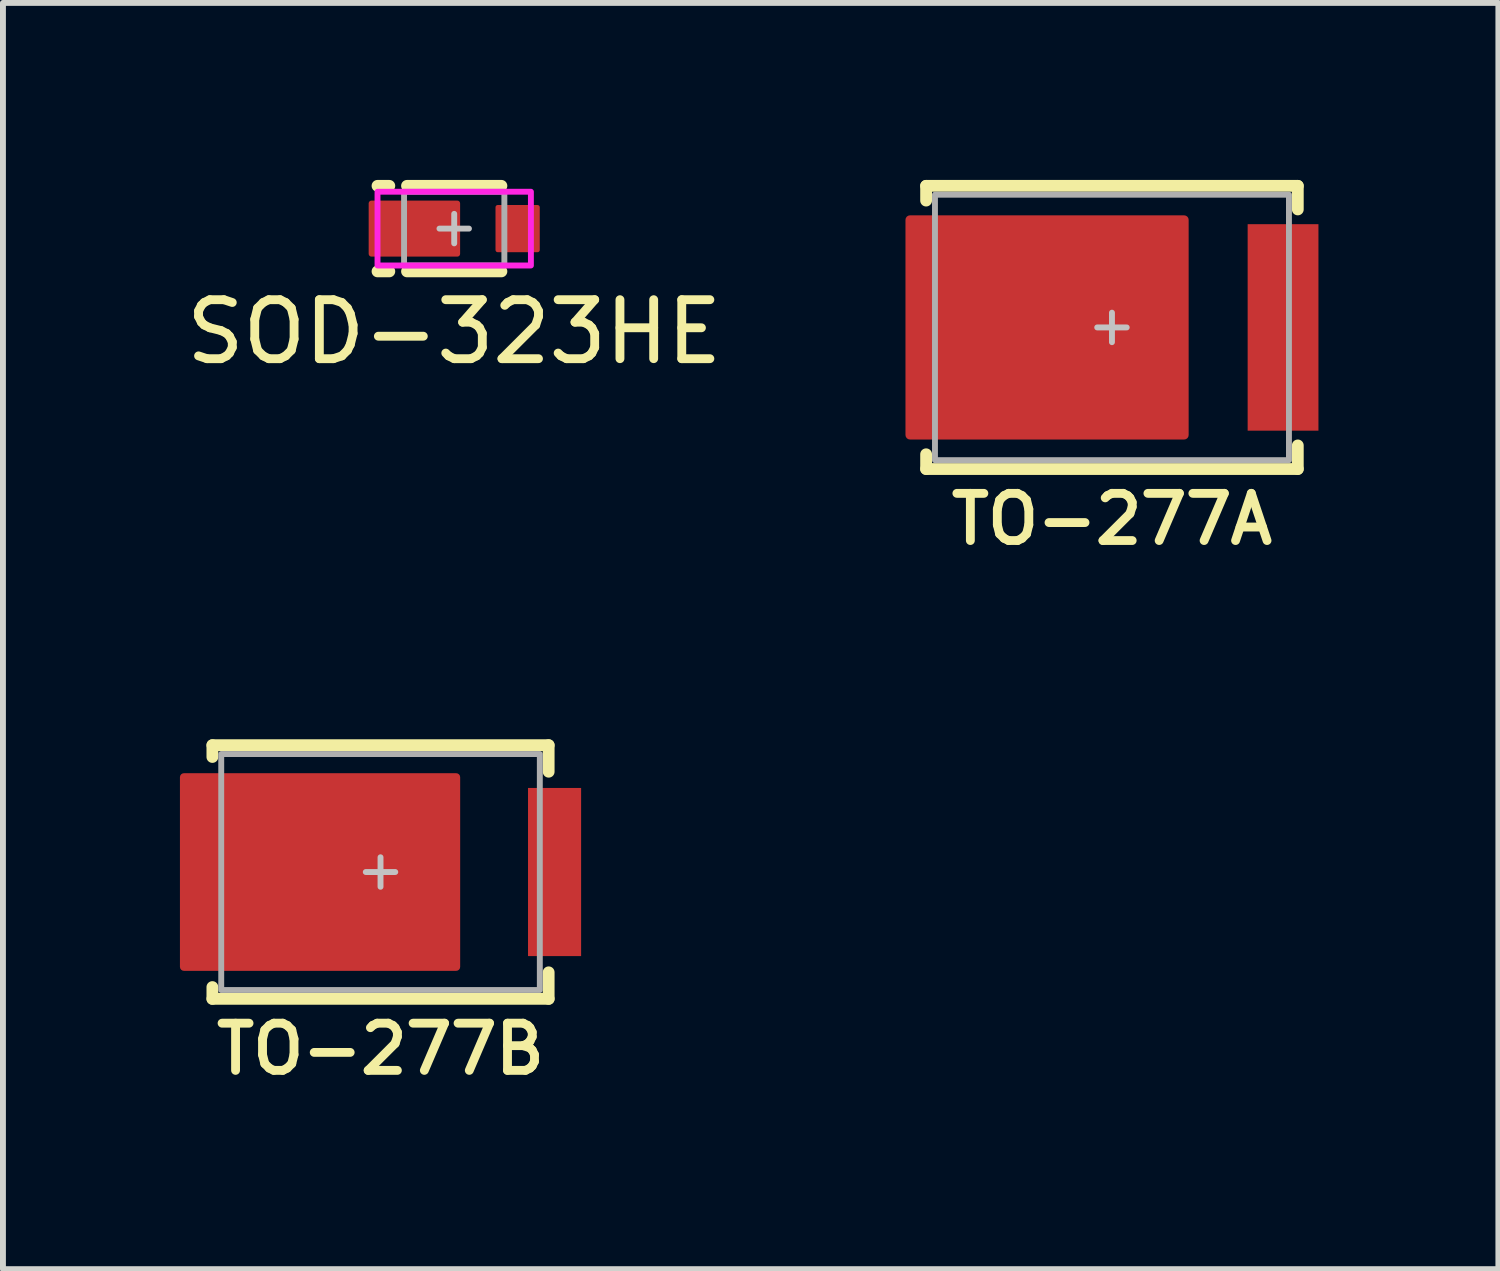
<source format=kicad_pcb>
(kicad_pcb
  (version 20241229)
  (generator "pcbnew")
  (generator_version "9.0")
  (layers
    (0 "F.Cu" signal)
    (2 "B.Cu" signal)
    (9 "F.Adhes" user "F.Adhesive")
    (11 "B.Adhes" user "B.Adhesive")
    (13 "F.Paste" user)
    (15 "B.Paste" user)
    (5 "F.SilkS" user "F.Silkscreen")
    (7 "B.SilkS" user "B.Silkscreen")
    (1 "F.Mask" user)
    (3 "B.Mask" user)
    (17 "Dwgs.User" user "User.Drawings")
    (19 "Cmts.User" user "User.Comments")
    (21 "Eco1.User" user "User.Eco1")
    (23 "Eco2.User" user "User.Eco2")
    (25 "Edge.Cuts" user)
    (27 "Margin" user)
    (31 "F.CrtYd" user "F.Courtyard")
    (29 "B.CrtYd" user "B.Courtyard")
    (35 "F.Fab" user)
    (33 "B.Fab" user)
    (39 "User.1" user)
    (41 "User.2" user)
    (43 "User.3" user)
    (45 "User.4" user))
  (footprint "TO-277A"
    (layer "F.Cu")
    (at 15.798 2.5)
    (property "Reference" "TO-277A" (at 0 3.25 0) (unlocked yes) (layer "F.SilkS") (effects (font (size 0.8 0.8) (thickness 0.15) (bold yes))))
    (attr smd)
    (fp_rect (start 2.3 1.75) (end 3.5 0.55) (stroke (width 0.1) (type solid)) (fill yes) (layer "F.Mask"))
    (fp_rect (start 3.5 -0.55) (end 2.3 -1.75) (stroke (width 0.1) (type solid)) (fill yes) (layer "F.Mask"))
    (fp_line (start -3.15 -2.4) (end -3.15 -2.15) (stroke (width 0.2) (type solid)) (layer "F.SilkS"))
    (fp_line (start -3.15 -2.4) (end 3.15 -2.4) (stroke (width 0.2) (type solid)) (layer "F.SilkS"))
    (fp_line (start -3.15 2.4) (end -3.15 2.15) (stroke (width 0.2) (type solid)) (layer "F.SilkS"))
    (fp_line (start -3.15 2.4) (end 3.15 2.4) (stroke (width 0.2) (type solid)) (layer "F.SilkS"))
    (fp_line (start 3.15 -2.4) (end 3.15 -2) (stroke (width 0.2) (type solid)) (layer "F.SilkS"))
    (fp_line (start 3.15 2.4) (end 3.15 2) (stroke (width 0.2) (type solid)) (layer "F.SilkS"))
    (fp_rect (start -3.35 -1.75) (end -2.675 -0.8) (stroke (width 0) (type solid)) (fill yes) (layer "F.Paste"))
    (fp_rect (start -3.35 -0.5) (end -2.675 0.5) (stroke (width 0) (type solid)) (fill yes) (layer "F.Paste"))
    (fp_rect (start -3.35 0.8) (end -2.675 1.75) (stroke (width 0) (type solid)) (fill yes) (layer "F.Paste"))
    (fp_rect (start -2.375 -1.75) (end -1.725 -0.8) (stroke (width 0) (type solid)) (fill yes) (layer "F.Paste"))
    (fp_rect (start -2.375 -0.5) (end -1.725 0.5) (stroke (width 0) (type solid)) (fill yes) (layer "F.Paste"))
    (fp_rect (start -2.375 0.8) (end -1.725 1.75) (stroke (width 0) (type solid)) (fill yes) (layer "F.Paste"))
    (fp_rect (start -1.425 -1.75) (end -0.775 -0.8) (stroke (width 0) (type solid)) (fill yes) (layer "F.Paste"))
    (fp_rect (start -1.425 -0.5) (end -0.775 0.5) (stroke (width 0) (type solid)) (fill yes) (layer "F.Paste"))
    (fp_rect (start -1.425 0.8) (end -0.775 1.75) (stroke (width 0) (type solid)) (fill yes) (layer "F.Paste"))
    (fp_rect (start -0.475 -1.75) (end 0.175 -0.8) (stroke (width 0) (type solid)) (fill yes) (layer "F.Paste"))
    (fp_rect (start -0.475 -0.5) (end 0.175 0.5) (stroke (width 0) (type solid)) (fill yes) (layer "F.Paste"))
    (fp_rect (start -0.475 0.8) (end 0.175 1.75) (stroke (width 0) (type solid)) (fill yes) (layer "F.Paste"))
    (fp_rect (start 0.475 -1.75) (end 1.15 -0.8) (stroke (width 0) (type solid)) (fill yes) (layer "F.Paste"))
    (fp_rect (start 0.475 -0.5) (end 1.15 0.5) (stroke (width 0) (type solid)) (fill yes) (layer "F.Paste"))
    (fp_rect (start 0.475 0.8) (end 1.15 1.75) (stroke (width 0) (type solid)) (fill yes) (layer "F.Paste"))
    (fp_rect (start 2.4 -1.65) (end 3.4 -0.65) (stroke (width 0) (type solid)) (fill yes) (layer "F.Paste"))
    (fp_rect (start 2.4 0.65) (end 3.4 1.65) (stroke (width 0) (type solid)) (fill yes) (layer "F.Paste"))
    (fp_line (start -0.25 0) (end 0.25 0) (stroke (width 0.1) (type solid)) (layer "Dwgs.User"))
    (fp_line (start 0 -0.25) (end 0 0.25) (stroke (width 0.1) (type solid)) (layer "Dwgs.User"))
    (fp_rect (start -3 -2.25) (end 3 2.25) (stroke (width 0.1) (type solid)) (fill no) (layer "F.Fab"))
    (pad "A" smd rect (at 2.9 0 90) (size 3.5 1.2) (layers "F.Cu"))
    (pad "K" smd roundrect (at -1.1 0) (size 4.8 3.8) (layers "F.Cu" "F.Mask") (roundrect_rratio 0.02)))
  (footprint "SOD-323HE"
    (layer "F.Cu")
    (at 4.649 0.825)
    (property "Reference" "SOD-323HE" (at 0 1.75 0) (unlocked yes) (layer "F.SilkS") (effects (font (size 1 1) (thickness 0.15))))
    (attr smd)
    (fp_line (start -1.1 -0.725) (end -1.3 -0.725) (stroke (width 0.2) (type solid)) (layer "F.SilkS"))
    (fp_line (start -1.1 0.725) (end -1.3 0.725) (stroke (width 0.2) (type solid)) (layer "F.SilkS"))
    (fp_line (start -0.8 -0.725) (end 0.8 -0.725) (stroke (width 0.2) (type solid)) (layer "F.SilkS"))
    (fp_line (start -0.8 0.725) (end 0.8 0.725) (stroke (width 0.2) (type solid)) (layer "F.SilkS"))
    (fp_line (start -0.25 0) (end 0.25 0) (stroke (width 0.1) (type solid)) (layer "Dwgs.User"))
    (fp_line (start 0 -0.25) (end 0 0.25) (stroke (width 0.1) (type solid)) (layer "Dwgs.User"))
    (fp_rect (start -1.3 -0.625) (end 1.3 0.625) (stroke (width 0.1) (type solid)) (fill no) (layer "F.CrtYd"))
    (fp_rect (start -0.85 -0.625) (end 0.85 0.625) (stroke (width 0.1) (type solid)) (fill no) (layer "F.Fab"))
    (pad "A" smd roundrect (at 1.075 0 90) (size 0.8 0.75) (layers "F.Cu" "F.Mask" "F.Paste") (roundrect_rratio 0.05))
    (pad "K" smd roundrect (at -0.675 0) (size 1.55 0.95) (layers "F.Cu" "F.Mask" "F.Paste") (roundrect_rratio 0.05)))
  (footprint "TO-277B"
    (layer "F.Cu")
    (at 3.4 11.731)
    (property "Reference" "TO-277B" (at 0 3 0) (unlocked yes) (layer "F.SilkS") (effects (font (size 0.8 0.8) (thickness 0.15))))
    (attr smd)
    (fp_rect (start 2.5 -0.475) (end 3.4 -1.425) (stroke (width 0.1) (type solid)) (fill yes) (layer "F.Mask"))
    (fp_rect (start 2.5 1.425) (end 3.4 0.475) (stroke (width 0.1) (type solid)) (fill yes) (layer "F.Mask"))
    (fp_line (start -2.85 -2.15) (end -2.85 -1.95) (stroke (width 0.2) (type solid)) (layer "F.SilkS"))
    (fp_line (start -2.85 -2.15) (end 2.85 -2.15) (stroke (width 0.2) (type solid)) (layer "F.SilkS"))
    (fp_line (start -2.85 2.15) (end -2.85 1.95) (stroke (width 0.2) (type solid)) (layer "F.SilkS"))
    (fp_line (start -2.85 2.15) (end 2.85 2.15) (stroke (width 0.2) (type solid)) (layer "F.SilkS"))
    (fp_line (start 2.85 -2.15) (end 2.85 -1.7) (stroke (width 0.2) (type solid)) (layer "F.SilkS"))
    (fp_line (start 2.85 2.15) (end 2.85 1.7) (stroke (width 0.2) (type solid)) (layer "F.SilkS"))
    (fp_rect (start -3.25 -1.525) (end -2.6 -0.7) (stroke (width 0) (type solid)) (fill yes) (layer "F.Paste"))
    (fp_rect (start -3.25 -0.4) (end -2.6 0.4) (stroke (width 0) (type solid)) (fill yes) (layer "F.Paste"))
    (fp_rect (start -3.25 0.7) (end -2.6 1.525) (stroke (width 0) (type solid)) (fill yes) (layer "F.Paste"))
    (fp_rect (start -2.3 -1.525) (end -1.65 -0.7) (stroke (width 0) (type solid)) (fill yes) (layer "F.Paste"))
    (fp_rect (start -2.3 -0.4) (end -1.65 0.4) (stroke (width 0) (type solid)) (fill yes) (layer "F.Paste"))
    (fp_rect (start -2.3 0.7) (end -1.65 1.525) (stroke (width 0) (type solid)) (fill yes) (layer "F.Paste"))
    (fp_rect (start -1.35 -1.525) (end -0.7 -0.7) (stroke (width 0) (type solid)) (fill yes) (layer "F.Paste"))
    (fp_rect (start -1.35 -0.4) (end -0.7 0.4) (stroke (width 0) (type solid)) (fill yes) (layer "F.Paste"))
    (fp_rect (start -1.35 0.7) (end -0.7 1.525) (stroke (width 0) (type solid)) (fill yes) (layer "F.Paste"))
    (fp_rect (start -0.4 -1.525) (end 0.25 -0.7) (stroke (width 0) (type solid)) (fill yes) (layer "F.Paste"))
    (fp_rect (start -0.4 -0.4) (end 0.25 0.4) (stroke (width 0) (type solid)) (fill yes) (layer "F.Paste"))
    (fp_rect (start -0.4 0.7) (end 0.25 1.525) (stroke (width 0) (type solid)) (fill yes) (layer "F.Paste"))
    (fp_rect (start 0.55 -1.525) (end 1.2 -0.7) (stroke (width 0) (type solid)) (fill yes) (layer "F.Paste"))
    (fp_rect (start 0.55 -0.4) (end 1.2 0.4) (stroke (width 0) (type solid)) (fill yes) (layer "F.Paste"))
    (fp_rect (start 0.55 0.7) (end 1.2 1.525) (stroke (width 0) (type solid)) (fill yes) (layer "F.Paste"))
    (fp_rect (start 2.6 -1.35) (end 3.3 -0.525) (stroke (width 0) (type solid)) (fill yes) (layer "F.Paste"))
    (fp_rect (start 2.6 0.525) (end 3.3 1.35) (stroke (width 0) (type solid)) (fill yes) (layer "F.Paste"))
    (fp_line (start -0.25 0) (end 0.25 0) (stroke (width 0.1) (type solid)) (layer "Dwgs.User"))
    (fp_line (start 0 -0.25) (end 0 0.25) (stroke (width 0.1) (type solid)) (layer "Dwgs.User"))
    (fp_rect (start -2.7 -2) (end 2.7 2) (stroke (width 0.1) (type solid)) (fill no) (layer "F.Fab"))
    (pad "A" smd rect (at 2.95 0 90) (size 2.85 0.9) (layers "F.Cu"))
    (pad "K" smd roundrect (at -1.025 0) (size 4.75 3.35) (layers "F.Cu" "F.Mask") (roundrect_rratio 0.02)))
  (gr_rect
    (start -3 -3)
    (end 22.348 18.462)
    (stroke (width 0.1) (type default))
    (fill no)
    (layer "Edge.Cuts")))
</source>
